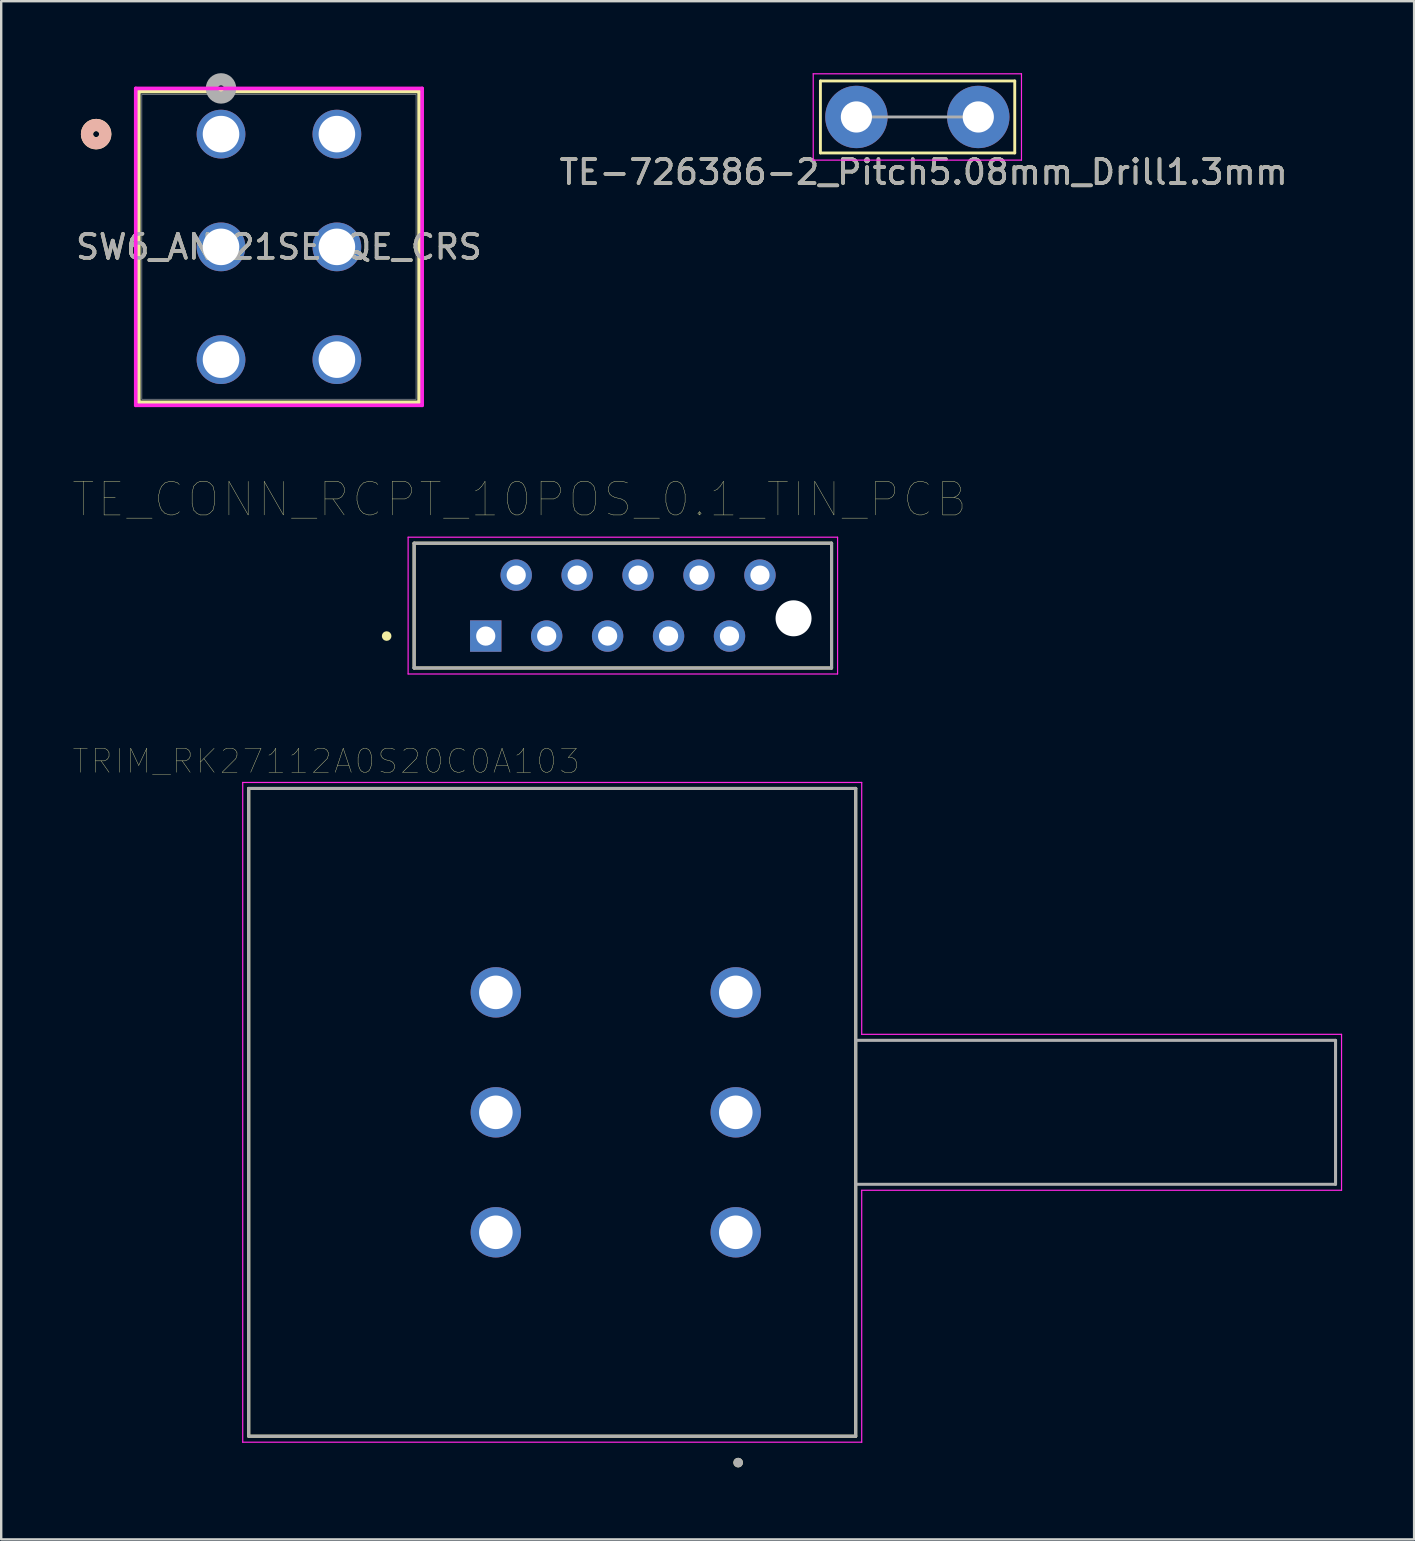
<source format=kicad_pcb>
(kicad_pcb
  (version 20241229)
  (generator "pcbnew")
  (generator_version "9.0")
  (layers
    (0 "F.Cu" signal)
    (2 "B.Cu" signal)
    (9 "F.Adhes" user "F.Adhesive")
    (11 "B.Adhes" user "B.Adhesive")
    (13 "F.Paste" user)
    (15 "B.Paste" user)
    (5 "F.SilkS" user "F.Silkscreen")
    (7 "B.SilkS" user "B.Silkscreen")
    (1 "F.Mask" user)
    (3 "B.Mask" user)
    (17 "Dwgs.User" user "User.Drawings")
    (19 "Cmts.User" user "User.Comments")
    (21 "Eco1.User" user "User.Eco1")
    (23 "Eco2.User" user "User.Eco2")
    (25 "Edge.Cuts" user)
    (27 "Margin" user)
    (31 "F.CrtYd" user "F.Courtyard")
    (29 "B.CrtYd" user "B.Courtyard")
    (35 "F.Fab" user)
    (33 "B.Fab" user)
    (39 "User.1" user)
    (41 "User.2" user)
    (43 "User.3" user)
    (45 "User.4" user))
  (footprint "TE-726386-2_Pitch5.08mm_Drill1.3mm"
    (layer "F.Cu")
    (at 32.646 1.825)
    (property "Reference" "TE-726386-2_Pitch5.08mm_Drill1.3mm" (at 2.8 2.3 0) (layer "F.SilkS") (effects (font (size 1 1) (thickness 0.15))))
    (attr through_hole)
    (fp_line (start -1.5 -1.5) (end -1.5 1.5) (stroke (width 0.12) (type solid)) (layer "F.SilkS"))
    (fp_line (start -1.5 -1.5) (end 6.6 -1.5) (stroke (width 0.12) (type solid)) (layer "F.SilkS"))
    (fp_line (start 6.6 1.5) (end -1.5 1.5) (stroke (width 0.12) (type solid)) (layer "F.SilkS"))
    (fp_line (start 6.6 1.5) (end 6.6 -1.5) (stroke (width 0.12) (type solid)) (layer "F.SilkS"))
    (fp_line (start -1.8 -1.8) (end -1.8 1.8) (stroke (width 0.05) (type solid)) (layer "F.CrtYd"))
    (fp_line (start -1.8 -1.8) (end 6.88 -1.8) (stroke (width 0.05) (type solid)) (layer "F.CrtYd"))
    (fp_line (start 6.88 1.8) (end -1.8 1.8) (stroke (width 0.05) (type solid)) (layer "F.CrtYd"))
    (fp_line (start 6.88 1.8) (end 6.88 -1.8) (stroke (width 0.05) (type solid)) (layer "F.CrtYd"))
    (fp_line (start 5.08 0) (end 0 0) (stroke (width 0.12) (type solid)) (layer "F.Fab"))
    (fp_text user "${REFERENCE}" (at 2.8 2.3 0) (layer "F.Fab") (effects (font (size 1 1) (thickness 0.15))))
    (pad "1" thru_hole circle (at 0 0) (size 2.6 2.6) (drill 1.3) (layers "*.Cu" "*.Mask"))
    (pad "1" thru_hole circle (at 5.08 0) (size 2.6 2.6) (drill 1.3) (layers "*.Cu" "*.Mask")))
  (footprint "TE_CONN_RCPT_10POS_0.1_TIN_PCB"
    (layer "F.Cu")
    (at 17.196 23.462)
    (property "Reference" "TE_CONN_RCPT_10POS_0.1_TIN_PCB" (at 1.405 -5.696 0) (layer "F.SilkS") (effects (font (size 1.401 1.401) (thickness 0.015))))
    (attr through_hole)
    (fp_line (start -2.985 -3.87) (end 14.415 -3.87) (stroke (width 0.127) (type solid)) (layer "F.SilkS"))
    (fp_line (start -2.985 1.33) (end -2.985 -3.87) (stroke (width 0.127) (type solid)) (layer "F.SilkS"))
    (fp_line (start 14.415 -3.87) (end 14.415 1.33) (stroke (width 0.127) (type solid)) (layer "F.SilkS"))
    (fp_line (start 14.415 1.33) (end -2.985 1.33) (stroke (width 0.127) (type solid)) (layer "F.SilkS"))
    (fp_circle (center -4.13 0) (end -4.03 0) (stroke (width 0.2) (type solid)) (fill no) (layer "F.SilkS"))
    (fp_line (start -3.235 -4.12) (end -3.235 1.58) (stroke (width 0.05) (type solid)) (layer "F.CrtYd"))
    (fp_line (start -3.235 1.58) (end 14.665 1.58) (stroke (width 0.05) (type solid)) (layer "F.CrtYd"))
    (fp_line (start 14.665 -4.12) (end -3.235 -4.12) (stroke (width 0.05) (type solid)) (layer "F.CrtYd"))
    (fp_line (start 14.665 1.58) (end 14.665 -4.12) (stroke (width 0.05) (type solid)) (layer "F.CrtYd"))
    (fp_line (start -2.985 -3.87) (end -2.985 1.33) (stroke (width 0.127) (type solid)) (layer "F.Fab"))
    (fp_line (start -2.985 1.33) (end 14.415 1.33) (stroke (width 0.127) (type solid)) (layer "F.Fab"))
    (fp_line (start 14.415 -3.87) (end -2.985 -3.87) (stroke (width 0.127) (type solid)) (layer "F.Fab"))
    (fp_line (start 14.415 1.33) (end 14.415 -3.87) (stroke (width 0.127) (type solid)) (layer "F.Fab"))
    (pad "" np_thru_hole circle (at 12.83 -0.74) (size 1.5 1.5) (drill 1.5) (layers "*.Cu" "*.Mask"))
    (pad "1" thru_hole rect (at 0 0) (size 1.308 1.308) (drill 0.8) (layers "*.Cu" "*.Mask"))
    (pad "2" thru_hole circle (at 1.27 -2.54) (size 1.308 1.308) (drill 0.8) (layers "*.Cu" "*.Mask"))
    (pad "3" thru_hole circle (at 2.54 0) (size 1.308 1.308) (drill 0.8) (layers "*.Cu" "*.Mask"))
    (pad "4" thru_hole circle (at 3.81 -2.54) (size 1.308 1.308) (drill 0.8) (layers "*.Cu" "*.Mask"))
    (pad "5" thru_hole circle (at 5.08 0) (size 1.308 1.308) (drill 0.8) (layers "*.Cu" "*.Mask"))
    (pad "6" thru_hole circle (at 6.35 -2.54) (size 1.308 1.308) (drill 0.8) (layers "*.Cu" "*.Mask"))
    (pad "7" thru_hole circle (at 7.62 0) (size 1.308 1.308) (drill 0.8) (layers "*.Cu" "*.Mask"))
    (pad "8" thru_hole circle (at 8.89 -2.54) (size 1.308 1.308) (drill 0.8) (layers "*.Cu" "*.Mask"))
    (pad "9" thru_hole circle (at 10.16 0) (size 1.308 1.308) (drill 0.8) (layers "*.Cu" "*.Mask"))
    (pad "10" thru_hole circle (at 11.43 -2.54) (size 1.308 1.308) (drill 0.8) (layers "*.Cu" "*.Mask")))
  (footprint "TRIM_RK27112A0S20C0A103"
    (layer "F.Cu")
    (at 32.617 43.313)
    (property "Reference" "TRIM_RK27112A0S20C0A103" (at -22.075 -14.635 0) (layer "F.SilkS") (effects (font (size 1 1) (thickness 0.015))))
    (attr through_hole)
    (fp_line (start -25.3 -13.5) (end -25.3 13.5) (stroke (width 0.127) (type solid)) (layer "F.SilkS"))
    (fp_line (start -25.3 13.5) (end 0 13.5) (stroke (width 0.127) (type solid)) (layer "F.SilkS"))
    (fp_line (start 0 -13.5) (end -25.3 -13.5) (stroke (width 0.127) (type solid)) (layer "F.SilkS"))
    (fp_line (start 0 13.5) (end 0 -13.5) (stroke (width 0.127) (type solid)) (layer "F.SilkS"))
    (fp_circle (center -4.9 14.6) (end -4.8 14.6) (stroke (width 0.2) (type solid)) (fill no) (layer "F.SilkS"))
    (fp_line (start -25.55 -13.75) (end -25.55 13.75) (stroke (width 0.05) (type solid)) (layer "F.CrtYd"))
    (fp_line (start -25.55 13.75) (end 0.25 13.75) (stroke (width 0.05) (type solid)) (layer "F.CrtYd"))
    (fp_line (start 0.25 -13.75) (end -25.55 -13.75) (stroke (width 0.05) (type solid)) (layer "F.CrtYd"))
    (fp_line (start 0.25 -3.25) (end 0.25 -13.75) (stroke (width 0.05) (type solid)) (layer "F.CrtYd"))
    (fp_line (start 0.25 3.25) (end 20.25 3.25) (stroke (width 0.05) (type solid)) (layer "F.CrtYd"))
    (fp_line (start 0.25 13.75) (end 0.25 3.25) (stroke (width 0.05) (type solid)) (layer "F.CrtYd"))
    (fp_line (start 20.25 -3.25) (end 0.25 -3.25) (stroke (width 0.05) (type solid)) (layer "F.CrtYd"))
    (fp_line (start 20.25 3.25) (end 20.25 -3.25) (stroke (width 0.05) (type solid)) (layer "F.CrtYd"))
    (fp_line (start -25.3 -13.5) (end -25.3 13.5) (stroke (width 0.127) (type solid)) (layer "F.Fab"))
    (fp_line (start -25.3 13.5) (end 0 13.5) (stroke (width 0.127) (type solid)) (layer "F.Fab"))
    (fp_line (start 0 -13.5) (end -25.3 -13.5) (stroke (width 0.127) (type solid)) (layer "F.Fab"))
    (fp_line (start 0 -3) (end 0 -13.5) (stroke (width 0.127) (type solid)) (layer "F.Fab"))
    (fp_line (start 0 -3) (end 20 -3) (stroke (width 0.127) (type solid)) (layer "F.Fab"))
    (fp_line (start 0 3) (end 0 -3) (stroke (width 0.127) (type solid)) (layer "F.Fab"))
    (fp_line (start 0 13.5) (end 0 3) (stroke (width 0.127) (type solid)) (layer "F.Fab"))
    (fp_line (start 20 -3) (end 20 3) (stroke (width 0.127) (type solid)) (layer "F.Fab"))
    (fp_line (start 20 3) (end 0 3) (stroke (width 0.127) (type solid)) (layer "F.Fab"))
    (fp_circle (center -4.9 14.6) (end -4.8 14.6) (stroke (width 0.2) (type solid)) (fill no) (layer "F.Fab"))
    (pad "1_1" thru_hole circle (at -5 5) (size 2.1 2.1) (drill 1.4) (layers "*.Cu" "*.Mask"))
    (pad "1_2" thru_hole circle (at -15 5) (size 2.1 2.1) (drill 1.4) (layers "*.Cu" "*.Mask"))
    (pad "2_1" thru_hole circle (at -5 0) (size 2.1 2.1) (drill 1.4) (layers "*.Cu" "*.Mask"))
    (pad "2_2" thru_hole circle (at -15 0) (size 2.1 2.1) (drill 1.4) (layers "*.Cu" "*.Mask"))
    (pad "3_1" thru_hole circle (at -5 -5) (size 2.1 2.1) (drill 1.4) (layers "*.Cu" "*.Mask"))
    (pad "3_2" thru_hole circle (at -15 -5) (size 2.1 2.1) (drill 1.4) (layers "*.Cu" "*.Mask")))
  (footprint "SW6_ANT21SECQE_CRS"
    (layer "F.Cu")
    (at 6.162 2.54)
    (property "Reference" "SW6_ANT21SECQE_CRS" (at 2.415 4.7 0) (unlocked yes) (layer "F.SilkS") (effects (font (size 1 1) (thickness 0.15))))
    (attr through_hole)
    (fp_line (start -3.427 -1.777) (end -3.427 11.177) (stroke (width 0.152) (type solid)) (layer "F.SilkS"))
    (fp_line (start -3.427 11.177) (end 8.257 11.177) (stroke (width 0.152) (type solid)) (layer "F.SilkS"))
    (fp_line (start 8.257 -1.777) (end -3.427 -1.777) (stroke (width 0.152) (type solid)) (layer "F.SilkS"))
    (fp_line (start 8.257 11.177) (end 8.257 -1.777) (stroke (width 0.152) (type solid)) (layer "F.SilkS"))
    (fp_circle (center -5.205 0) (end -4.824 0) (stroke (width 0.508) (type solid)) (fill no) (layer "F.SilkS"))
    (fp_circle (center -5.205 0) (end -4.824 0) (stroke (width 0.508) (type solid)) (fill no) (layer "B.SilkS"))
    (fp_line (start -3.554 -1.904) (end -3.554 11.304) (stroke (width 0.152) (type solid)) (layer "F.CrtYd"))
    (fp_line (start -3.554 11.304) (end 8.384 11.304) (stroke (width 0.152) (type solid)) (layer "F.CrtYd"))
    (fp_line (start 8.384 -1.904) (end -3.554 -1.904) (stroke (width 0.152) (type solid)) (layer "F.CrtYd"))
    (fp_line (start 8.384 11.304) (end 8.384 -1.904) (stroke (width 0.152) (type solid)) (layer "F.CrtYd"))
    (fp_line (start -3.3 -1.65) (end -3.3 11.05) (stroke (width 0.025) (type solid)) (layer "F.Fab"))
    (fp_line (start -3.3 11.05) (end 8.13 11.05) (stroke (width 0.025) (type solid)) (layer "F.Fab"))
    (fp_line (start 8.13 -1.65) (end -3.3 -1.65) (stroke (width 0.025) (type solid)) (layer "F.Fab"))
    (fp_line (start 8.13 11.05) (end 8.13 -1.65) (stroke (width 0.025) (type solid)) (layer "F.Fab"))
    (fp_circle (center 0 -1.905) (end 0.381 -1.905) (stroke (width 0.508) (type solid)) (fill no) (layer "F.Fab"))
    (fp_text user "${REFERENCE}" (at 2.415 4.7 0) (unlocked yes) (layer "F.Fab") (effects (font (size 1 1) (thickness 0.15))))
    (pad "1" thru_hole circle (at 0 0) (size 2.032 2.032) (drill 1.524) (layers "*.Cu" "*.Mask"))
    (pad "2" thru_hole circle (at 0 4.7) (size 2.032 2.032) (drill 1.524) (layers "*.Cu" "*.Mask"))
    (pad "3" thru_hole circle (at 0 9.4) (size 2.032 2.032) (drill 1.524) (layers "*.Cu" "*.Mask"))
    (pad "4" thru_hole circle (at 4.83 0) (size 2.032 2.032) (drill 1.524) (layers "*.Cu" "*.Mask"))
    (pad "5" thru_hole circle (at 4.83 4.7) (size 2.032 2.032) (drill 1.524) (layers "*.Cu" "*.Mask"))
    (pad "6" thru_hole circle (at 4.83 9.4) (size 2.032 2.032) (drill 1.524) (layers "*.Cu" "*.Mask")))
  (gr_rect
    (start -3 -3)
    (end 55.892 61.113)
    (stroke (width 0.1) (type default))
    (fill no)
    (layer "Edge.Cuts")))
</source>
